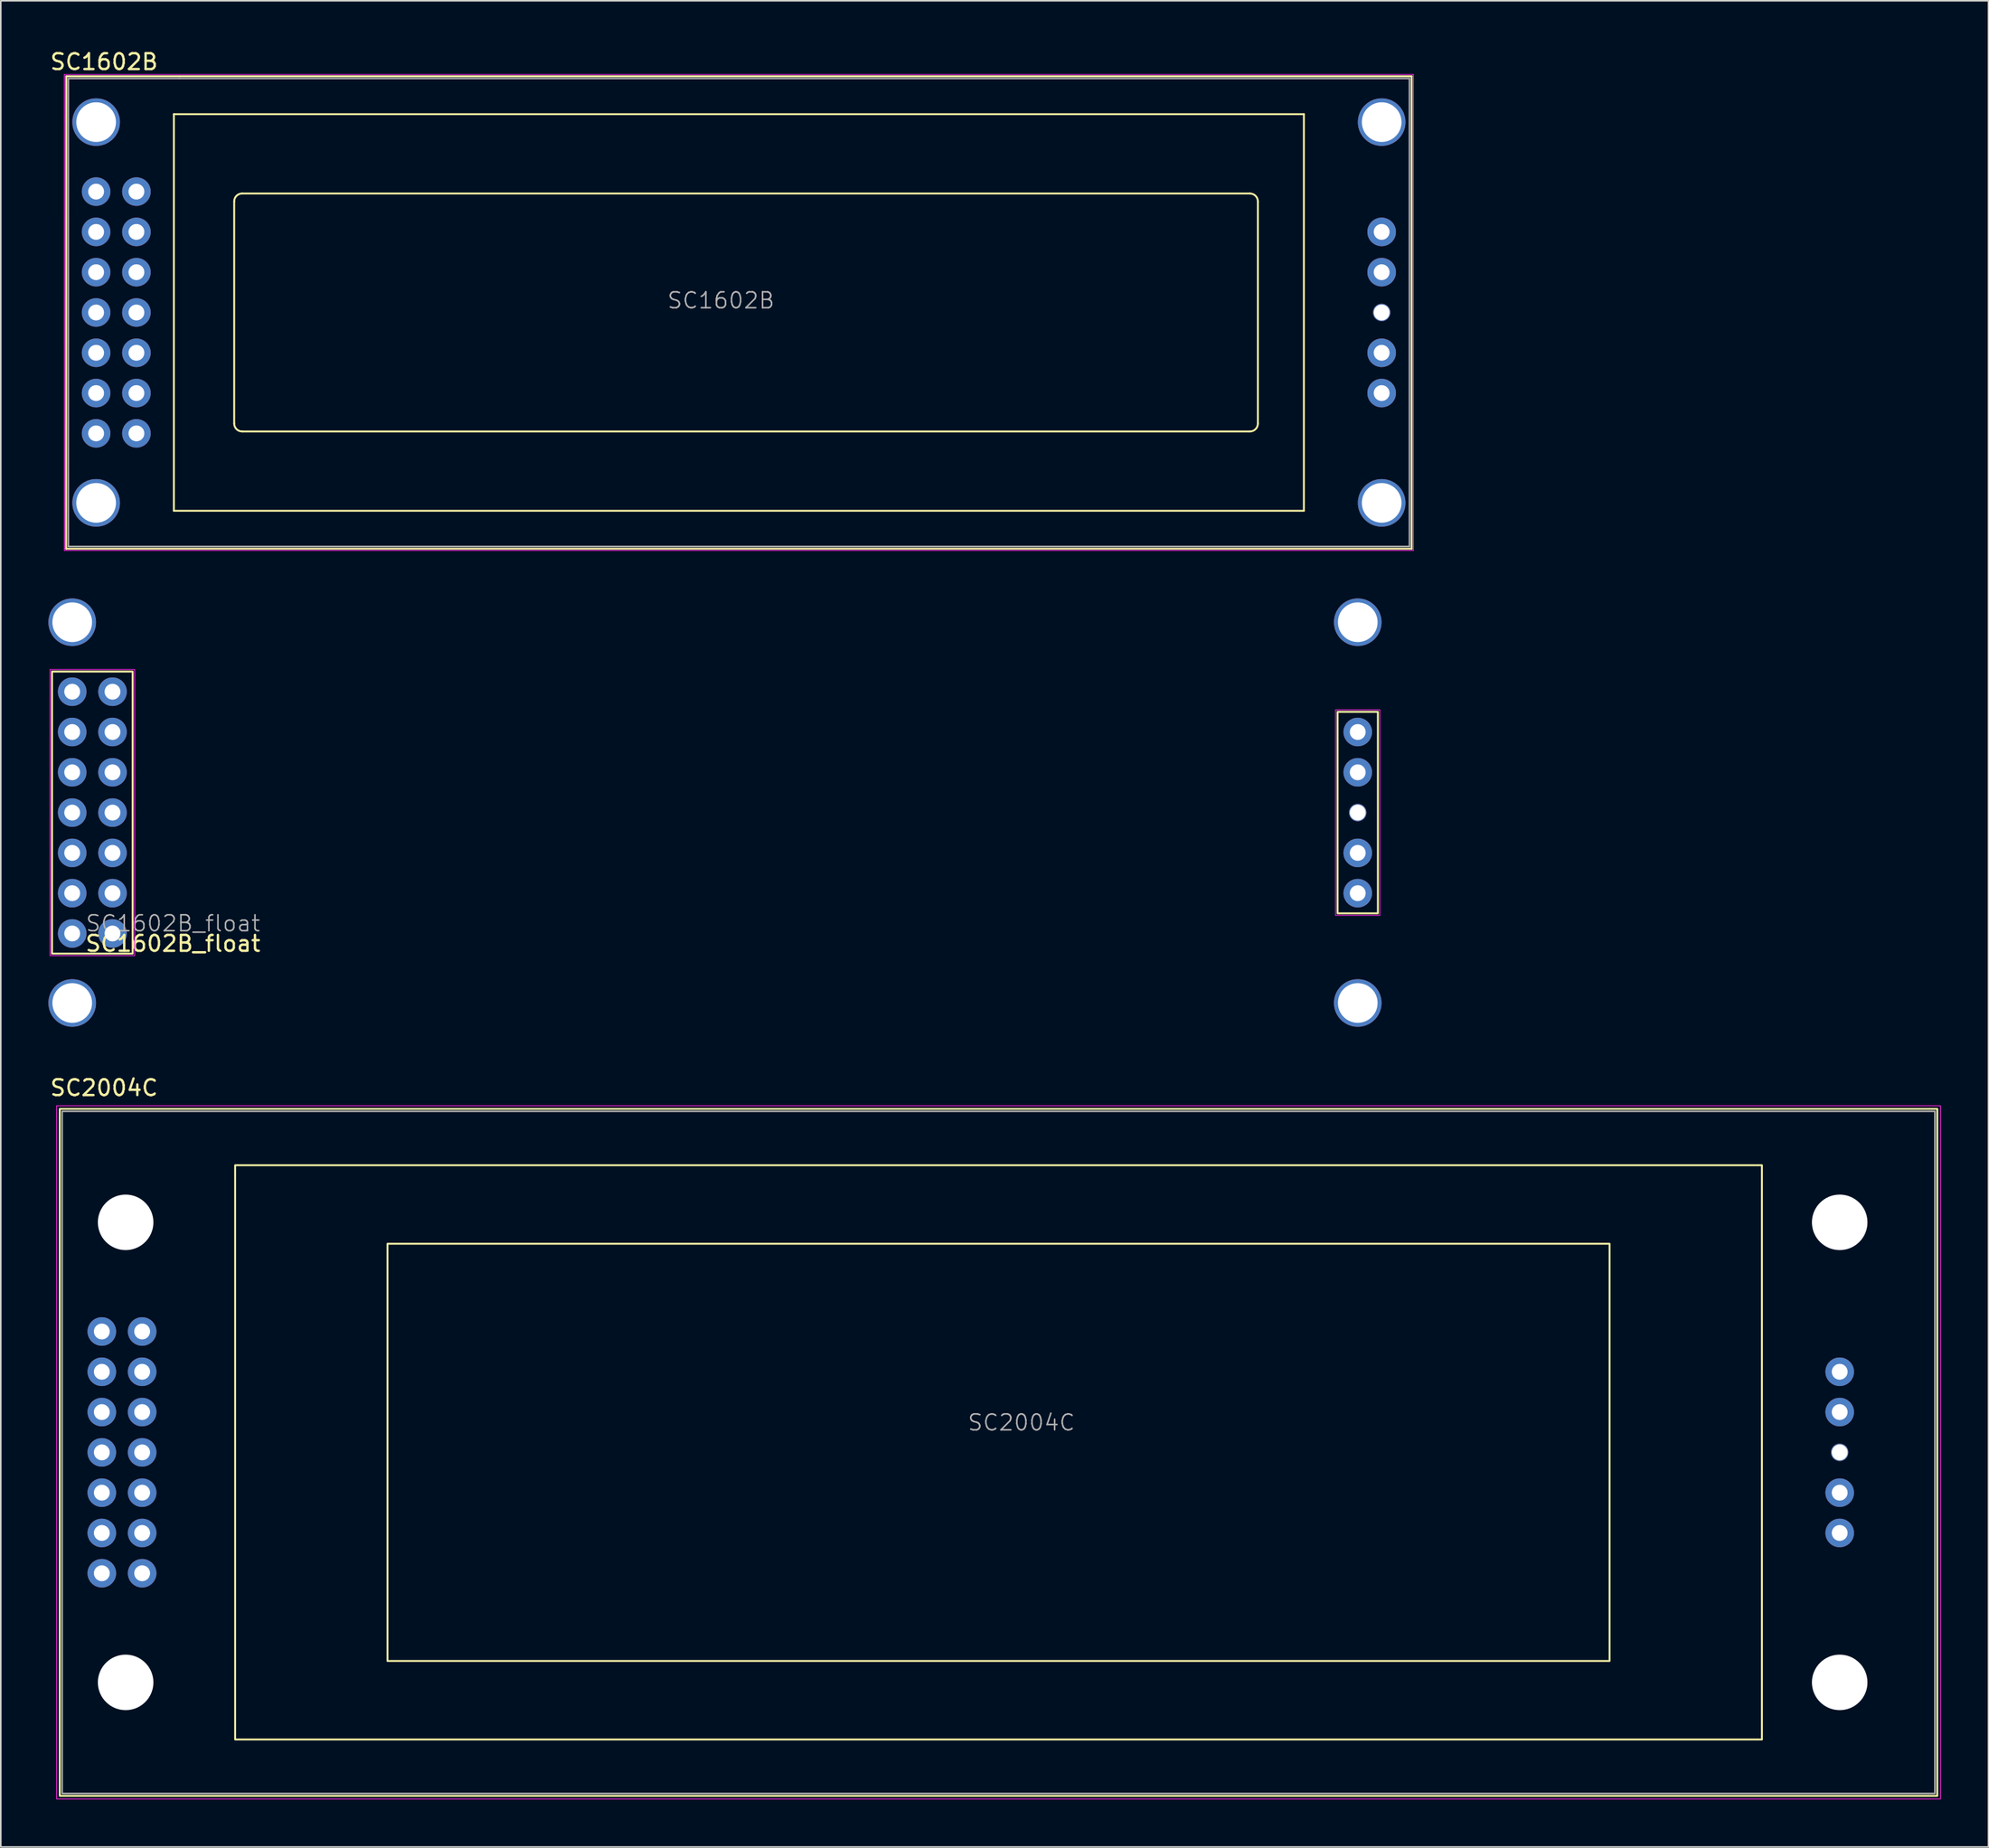
<source format=kicad_pcb>
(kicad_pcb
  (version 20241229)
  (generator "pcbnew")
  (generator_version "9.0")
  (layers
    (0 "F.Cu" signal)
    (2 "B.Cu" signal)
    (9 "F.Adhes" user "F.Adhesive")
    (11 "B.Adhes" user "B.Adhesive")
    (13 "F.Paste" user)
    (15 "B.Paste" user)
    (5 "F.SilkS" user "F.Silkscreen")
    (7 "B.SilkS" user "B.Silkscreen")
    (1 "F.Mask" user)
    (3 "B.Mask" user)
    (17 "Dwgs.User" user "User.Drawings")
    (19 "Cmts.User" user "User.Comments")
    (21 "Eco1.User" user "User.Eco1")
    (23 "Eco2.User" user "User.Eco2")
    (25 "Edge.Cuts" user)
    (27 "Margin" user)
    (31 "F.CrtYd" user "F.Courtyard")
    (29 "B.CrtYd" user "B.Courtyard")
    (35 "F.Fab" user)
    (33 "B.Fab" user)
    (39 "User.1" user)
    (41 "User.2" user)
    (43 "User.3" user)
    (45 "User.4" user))
  (footprint "SC1602B_float"
    (layer "F.Cu")
    (at 4.039 55.793)
    (property "Reference" "SC1602B_float" (at 3.81 0.635 0) (layer "F.SilkS") (effects (font (size 1 1) (thickness 0.15))))
    (attr through_hole)
    (fp_rect (start -3.81 -16.51) (end 1.27 1.27) (stroke (width 0.12) (type solid)) (fill no) (layer "F.SilkS"))
    (fp_rect (start 77.19 -13.97) (end 79.73 -1.27) (stroke (width 0.12) (type solid)) (fill no) (layer "F.SilkS"))
    (fp_rect (start -3.937 -16.637) (end 1.397 1.397) (stroke (width 0.05) (type solid)) (fill no) (layer "F.CrtYd"))
    (fp_rect (start 77.063 -14.097) (end 79.857 -1.143) (stroke (width 0.05) (type solid)) (fill no) (layer "F.CrtYd"))
    (fp_text user "${REFERENCE}" (at 3.81 -0.635 0) (layer "F.Fab") (effects (font (size 1 1) (thickness 0.1))))
    (pad "" thru_hole circle (at -2.539 -19.62) (size 3 3) (drill 2.5) (layers "*.Cu" "*.Mask"))
    (pad "" thru_hole circle (at -2.539 4.381) (size 3 3) (drill 2.5) (layers "*.Cu" "*.Mask"))
    (pad "" thru_hole circle (at 78.46 -7.62) (size 1.1 1.1) (drill 1) (layers "*.Cu" "*.Mask"))
    (pad "" thru_hole circle (at 78.461 -19.62) (size 3 3) (drill 2.5) (layers "*.Cu" "*.Mask"))
    (pad "" thru_hole circle (at 78.461 4.381) (size 3 3) (drill 2.5) (layers "*.Cu" "*.Mask"))
    (pad "1" thru_hole circle (at 0 0) (size 1.8 1.8) (drill 1) (layers "*.Cu" "*.Mask"))
    (pad "2" thru_hole circle (at -2.54 0) (size 1.8 1.8) (drill 1) (layers "*.Cu" "*.Mask"))
    (pad "3" thru_hole circle (at 0 -2.54) (size 1.8 1.8) (drill 1) (layers "*.Cu" "*.Mask"))
    (pad "4" thru_hole circle (at -2.54 -2.54) (size 1.8 1.8) (drill 1) (layers "*.Cu" "*.Mask"))
    (pad "5" thru_hole circle (at 0 -5.08) (size 1.8 1.8) (drill 1) (layers "*.Cu" "*.Mask"))
    (pad "6" thru_hole circle (at -2.54 -5.08) (size 1.8 1.8) (drill 1) (layers "*.Cu" "*.Mask"))
    (pad "7" thru_hole circle (at 0 -7.62) (size 1.8 1.8) (drill 1) (layers "*.Cu" "*.Mask"))
    (pad "8" thru_hole circle (at -2.54 -7.62) (size 1.8 1.8) (drill 1) (layers "*.Cu" "*.Mask"))
    (pad "9" thru_hole circle (at 0 -10.16) (size 1.8 1.8) (drill 1) (layers "*.Cu" "*.Mask"))
    (pad "10" thru_hole circle (at -2.54 -10.16) (size 1.8 1.8) (drill 1) (layers "*.Cu" "*.Mask"))
    (pad "11" thru_hole circle (at 0 -12.7) (size 1.8 1.8) (drill 1) (layers "*.Cu" "*.Mask"))
    (pad "12" thru_hole circle (at -2.54 -12.7) (size 1.8 1.8) (drill 1) (layers "*.Cu" "*.Mask"))
    (pad "13" thru_hole circle (at 0 -15.24) (size 1.8 1.8) (drill 1) (layers "*.Cu" "*.Mask"))
    (pad "14" thru_hole circle (at -2.54 -15.24) (size 1.8 1.8) (drill 1) (layers "*.Cu" "*.Mask"))
    (pad "15" thru_hole circle (at 78.46 -12.7) (size 1.8 1.8) (drill 1) (layers "*.Cu" "*.Mask"))
    (pad "15" thru_hole circle (at 78.46 -10.16) (size 1.8 1.8) (drill 1) (layers "*.Cu" "*.Mask"))
    (pad "16" thru_hole circle (at 78.46 -5.08) (size 1.8 1.8) (drill 1) (layers "*.Cu" "*.Mask"))
    (pad "16" thru_hole circle (at 78.46 -2.54) (size 1.8 1.8) (drill 1) (layers "*.Cu" "*.Mask")))
  (footprint "SC1602B"
    (layer "F.Cu")
    (at 5.546 24.268)
    (property "Reference" "SC1602B" (at -2.04 -23.42 0) (layer "F.SilkS") (effects (font (size 1 1) (thickness 0.15))))
    (attr through_hole)
    (fp_line (start -4.43 7.27) (end 80.35 7.27) (stroke (width 0.12) (type solid)) (layer "F.SilkS"))
    (fp_line (start -4.42 -22.51) (end -4.43 7.27) (stroke (width 0.12) (type solid)) (layer "F.SilkS"))
    (fp_line (start -4.42 -22.51) (end -3.63 -22.51) (stroke (width 0.12) (type solid)) (layer "F.SilkS"))
    (fp_line (start 2.36 -20.12) (end 73.56 -20.12) (stroke (width 0.12) (type solid)) (layer "F.SilkS"))
    (fp_line (start 2.36 4.88) (end 2.36 -20.12) (stroke (width 0.12) (type solid)) (layer "F.SilkS"))
    (fp_line (start 6.16 -0.621) (end 6.16 -14.62) (stroke (width 0.12) (type solid)) (layer "F.SilkS"))
    (fp_line (start 6.66 -15.12) (end 70.16 -15.12) (stroke (width 0.12) (type solid)) (layer "F.SilkS"))
    (fp_line (start 70.161 -0.12) (end 6.66 -0.12) (stroke (width 0.12) (type solid)) (layer "F.SilkS"))
    (fp_line (start 70.66 -14.62) (end 70.66 -0.62) (stroke (width 0.12) (type solid)) (layer "F.SilkS"))
    (fp_line (start 73.56 -20.12) (end 73.56 4.88) (stroke (width 0.12) (type solid)) (layer "F.SilkS"))
    (fp_line (start 73.56 4.88) (end 2.36 4.88) (stroke (width 0.12) (type solid)) (layer "F.SilkS"))
    (fp_line (start 80.35 -22.51) (end -3.63 -22.51) (stroke (width 0.12) (type solid)) (layer "F.SilkS"))
    (fp_line (start 80.35 7.27) (end 80.35 -22.51) (stroke (width 0.12) (type solid)) (layer "F.SilkS"))
    (fp_arc (start 6.16028 -14.62116) (mid 6.306838 -14.974982) (end 6.66066 -15.12154) (stroke (width 0.12) (type solid)) (layer "F.SilkS"))
    (fp_arc (start 6.66066 -0.1203) (mid 6.306838 -0.266858) (end 6.16028 -0.62068) (stroke (width 0.12) (type solid)) (layer "F.SilkS"))
    (fp_arc (start 70.16 -15.12) (mid 70.513553 -14.973553) (end 70.66 -14.62) (stroke (width 0.12) (type solid)) (layer "F.SilkS"))
    (fp_arc (start 70.66104 -0.62068) (mid 70.514482 -0.266858) (end 70.16066 -0.1203) (stroke (width 0.12) (type solid)) (layer "F.SilkS"))
    (fp_line (start -4.54 -22.62) (end -4.54 7.38) (stroke (width 0.05) (type solid)) (layer "F.CrtYd"))
    (fp_line (start -4.54 -22.62) (end 80.46 -22.62) (stroke (width 0.05) (type solid)) (layer "F.CrtYd"))
    (fp_line (start -4.54 7.38) (end 80.46 7.38) (stroke (width 0.05) (type solid)) (layer "F.CrtYd"))
    (fp_line (start 80.46 -22.62) (end 80.46 7.38) (stroke (width 0.05) (type solid)) (layer "F.CrtYd"))
    (fp_line (start -4.29 7.13) (end -4.29 -22.37) (stroke (width 0.1) (type solid)) (layer "F.Fab"))
    (fp_line (start 2.71 -22.37) (end -4.29 -22.37) (stroke (width 0.1) (type solid)) (layer "F.Fab"))
    (fp_line (start 2.71 -22.37) (end 80.21 -22.37) (stroke (width 0.1) (type solid)) (layer "F.Fab"))
    (fp_line (start 80.21 -22.37) (end 80.21 7.13) (stroke (width 0.1) (type solid)) (layer "F.Fab"))
    (fp_line (start 80.21 7.13) (end -4.29 7.13) (stroke (width 0.1) (type solid)) (layer "F.Fab"))
    (fp_text user "${REFERENCE}" (at 36.83 -8.38 0) (layer "F.Fab") (effects (font (size 1 1) (thickness 0.1))))
    (pad "" thru_hole circle (at -2.539 -19.62) (size 3 3) (drill 2.5) (layers "*.Cu" "*.Mask"))
    (pad "" thru_hole circle (at -2.539 4.381) (size 3 3) (drill 2.5) (layers "*.Cu" "*.Mask"))
    (pad "" thru_hole circle (at 78.46 -7.62) (size 1.1 1.1) (drill 1) (layers "*.Cu" "*.Mask"))
    (pad "" thru_hole circle (at 78.461 -19.62) (size 3 3) (drill 2.5) (layers "*.Cu" "*.Mask"))
    (pad "" thru_hole circle (at 78.461 4.381) (size 3 3) (drill 2.5) (layers "*.Cu" "*.Mask"))
    (pad "1" thru_hole circle (at 0 0) (size 1.8 1.8) (drill 1) (layers "*.Cu" "*.Mask"))
    (pad "2" thru_hole circle (at -2.54 0) (size 1.8 1.8) (drill 1) (layers "*.Cu" "*.Mask"))
    (pad "3" thru_hole circle (at 0 -2.54) (size 1.8 1.8) (drill 1) (layers "*.Cu" "*.Mask"))
    (pad "4" thru_hole circle (at -2.54 -2.54) (size 1.8 1.8) (drill 1) (layers "*.Cu" "*.Mask"))
    (pad "5" thru_hole circle (at 0 -5.08) (size 1.8 1.8) (drill 1) (layers "*.Cu" "*.Mask"))
    (pad "6" thru_hole circle (at -2.54 -5.08) (size 1.8 1.8) (drill 1) (layers "*.Cu" "*.Mask"))
    (pad "7" thru_hole circle (at 0 -7.62) (size 1.8 1.8) (drill 1) (layers "*.Cu" "*.Mask"))
    (pad "8" thru_hole circle (at -2.54 -7.62) (size 1.8 1.8) (drill 1) (layers "*.Cu" "*.Mask"))
    (pad "9" thru_hole circle (at 0 -10.16) (size 1.8 1.8) (drill 1) (layers "*.Cu" "*.Mask"))
    (pad "10" thru_hole circle (at -2.54 -10.16) (size 1.8 1.8) (drill 1) (layers "*.Cu" "*.Mask"))
    (pad "11" thru_hole circle (at 0 -12.7) (size 1.8 1.8) (drill 1) (layers "*.Cu" "*.Mask"))
    (pad "12" thru_hole circle (at -2.54 -12.7) (size 1.8 1.8) (drill 1) (layers "*.Cu" "*.Mask"))
    (pad "13" thru_hole circle (at 0 -15.24) (size 1.8 1.8) (drill 1) (layers "*.Cu" "*.Mask"))
    (pad "14" thru_hole circle (at -2.54 -15.24) (size 1.8 1.8) (drill 1) (layers "*.Cu" "*.Mask"))
    (pad "15" thru_hole circle (at 78.46 -12.7) (size 1.8 1.8) (drill 1) (layers "*.Cu" "*.Mask"))
    (pad "15" thru_hole circle (at 78.46 -10.16) (size 1.8 1.8) (drill 1) (layers "*.Cu" "*.Mask"))
    (pad "16" thru_hole circle (at 78.46 -5.08) (size 1.8 1.8) (drill 1) (layers "*.Cu" "*.Mask"))
    (pad "16" thru_hole circle (at 78.46 -2.54) (size 1.8 1.8) (drill 1) (layers "*.Cu" "*.Mask")))
  (footprint "SC2004C"
    (layer "F.Cu")
    (at 5.906 96.122)
    (property "Reference" "SC2004C" (at -2.4 -30.6 0) (layer "F.SilkS") (effects (font (size 1 1) (thickness 0.15))))
    (attr through_hole)
    (fp_rect (start -5.19 -29.27) (end 113.11 14.03) (stroke (width 0.12) (type default)) (fill no) (layer "F.SilkS"))
    (fp_rect (start 5.86 -25.72) (end 102.06 10.48) (stroke (width 0.12) (type default)) (fill no) (layer "F.SilkS"))
    (fp_rect (start 15.46 -20.77) (end 92.46 5.53) (stroke (width 0.12) (type default)) (fill no) (layer "F.SilkS"))
    (fp_rect (start -5.39 -29.47) (end 113.31 14.23) (stroke (width 0.05) (type default)) (fill no) (layer "F.CrtYd"))
    (fp_rect (start -5.04 -29.12) (end 112.96 13.88) (stroke (width 0.1) (type default)) (fill no) (layer "F.Fab"))
    (fp_text user "${REFERENCE}" (at 55.4 -9.5 0) (layer "F.Fab") (effects (font (size 1 1) (thickness 0.1))))
    (pad "" np_thru_hole circle (at -1.04 -22.12) (size 3.5 3.5) (drill 3.5) (layers "*.Cu" "*.Mask"))
    (pad "" np_thru_hole circle (at -1.04 6.88) (size 3.5 3.5) (drill 3.5) (layers "*.Cu" "*.Mask"))
    (pad "" np_thru_hole circle (at 106.96 -22.12) (size 3.5 3.5) (drill 3.5) (layers "*.Cu" "*.Mask"))
    (pad "" thru_hole circle (at 106.96 -7.62) (size 1.1 1.1) (drill 1) (layers "*.Cu" "*.Mask"))
    (pad "" np_thru_hole circle (at 106.96 6.88) (size 3.5 3.5) (drill 3.5) (layers "*.Cu" "*.Mask"))
    (pad "1" thru_hole circle (at 0 0) (size 1.8 1.8) (drill 1) (layers "*.Cu" "*.Mask"))
    (pad "2" thru_hole circle (at -2.54 0) (size 1.8 1.8) (drill 1) (layers "*.Cu" "*.Mask"))
    (pad "3" thru_hole circle (at 0 -2.54) (size 1.8 1.8) (drill 1) (layers "*.Cu" "*.Mask"))
    (pad "4" thru_hole circle (at -2.54 -2.54) (size 1.8 1.8) (drill 1) (layers "*.Cu" "*.Mask"))
    (pad "5" thru_hole circle (at 0 -5.08) (size 1.8 1.8) (drill 1) (layers "*.Cu" "*.Mask"))
    (pad "6" thru_hole circle (at -2.54 -5.08) (size 1.8 1.8) (drill 1) (layers "*.Cu" "*.Mask"))
    (pad "7" thru_hole circle (at 0 -7.62) (size 1.8 1.8) (drill 1) (layers "*.Cu" "*.Mask"))
    (pad "8" thru_hole circle (at -2.54 -7.62) (size 1.8 1.8) (drill 1) (layers "*.Cu" "*.Mask"))
    (pad "9" thru_hole circle (at 0 -10.16) (size 1.8 1.8) (drill 1) (layers "*.Cu" "*.Mask"))
    (pad "10" thru_hole circle (at -2.54 -10.16) (size 1.8 1.8) (drill 1) (layers "*.Cu" "*.Mask"))
    (pad "11" thru_hole circle (at 0 -12.7) (size 1.8 1.8) (drill 1) (layers "*.Cu" "*.Mask"))
    (pad "12" thru_hole circle (at -2.54 -12.7) (size 1.8 1.8) (drill 1) (layers "*.Cu" "*.Mask"))
    (pad "13" thru_hole circle (at 0 -15.24) (size 1.8 1.8) (drill 1) (layers "*.Cu" "*.Mask"))
    (pad "14" thru_hole circle (at -2.54 -15.24) (size 1.8 1.8) (drill 1) (layers "*.Cu" "*.Mask"))
    (pad "15" thru_hole circle (at 106.96 -12.7) (size 1.8 1.8) (drill 1) (layers "*.Cu" "*.Mask"))
    (pad "15" thru_hole circle (at 106.96 -10.16) (size 1.8 1.8) (drill 1) (layers "*.Cu" "*.Mask"))
    (pad "16" thru_hole circle (at 106.96 -5.08) (size 1.8 1.8) (drill 1) (layers "*.Cu" "*.Mask"))
    (pad "16" thru_hole circle (at 106.96 -2.54) (size 1.8 1.8) (drill 1) (layers "*.Cu" "*.Mask")))
  (gr_rect
    (start -3 -3)
    (end 122.241 113.377)
    (stroke (width 0.1) (type default))
    (fill no)
    (layer "Edge.Cuts")))
</source>
